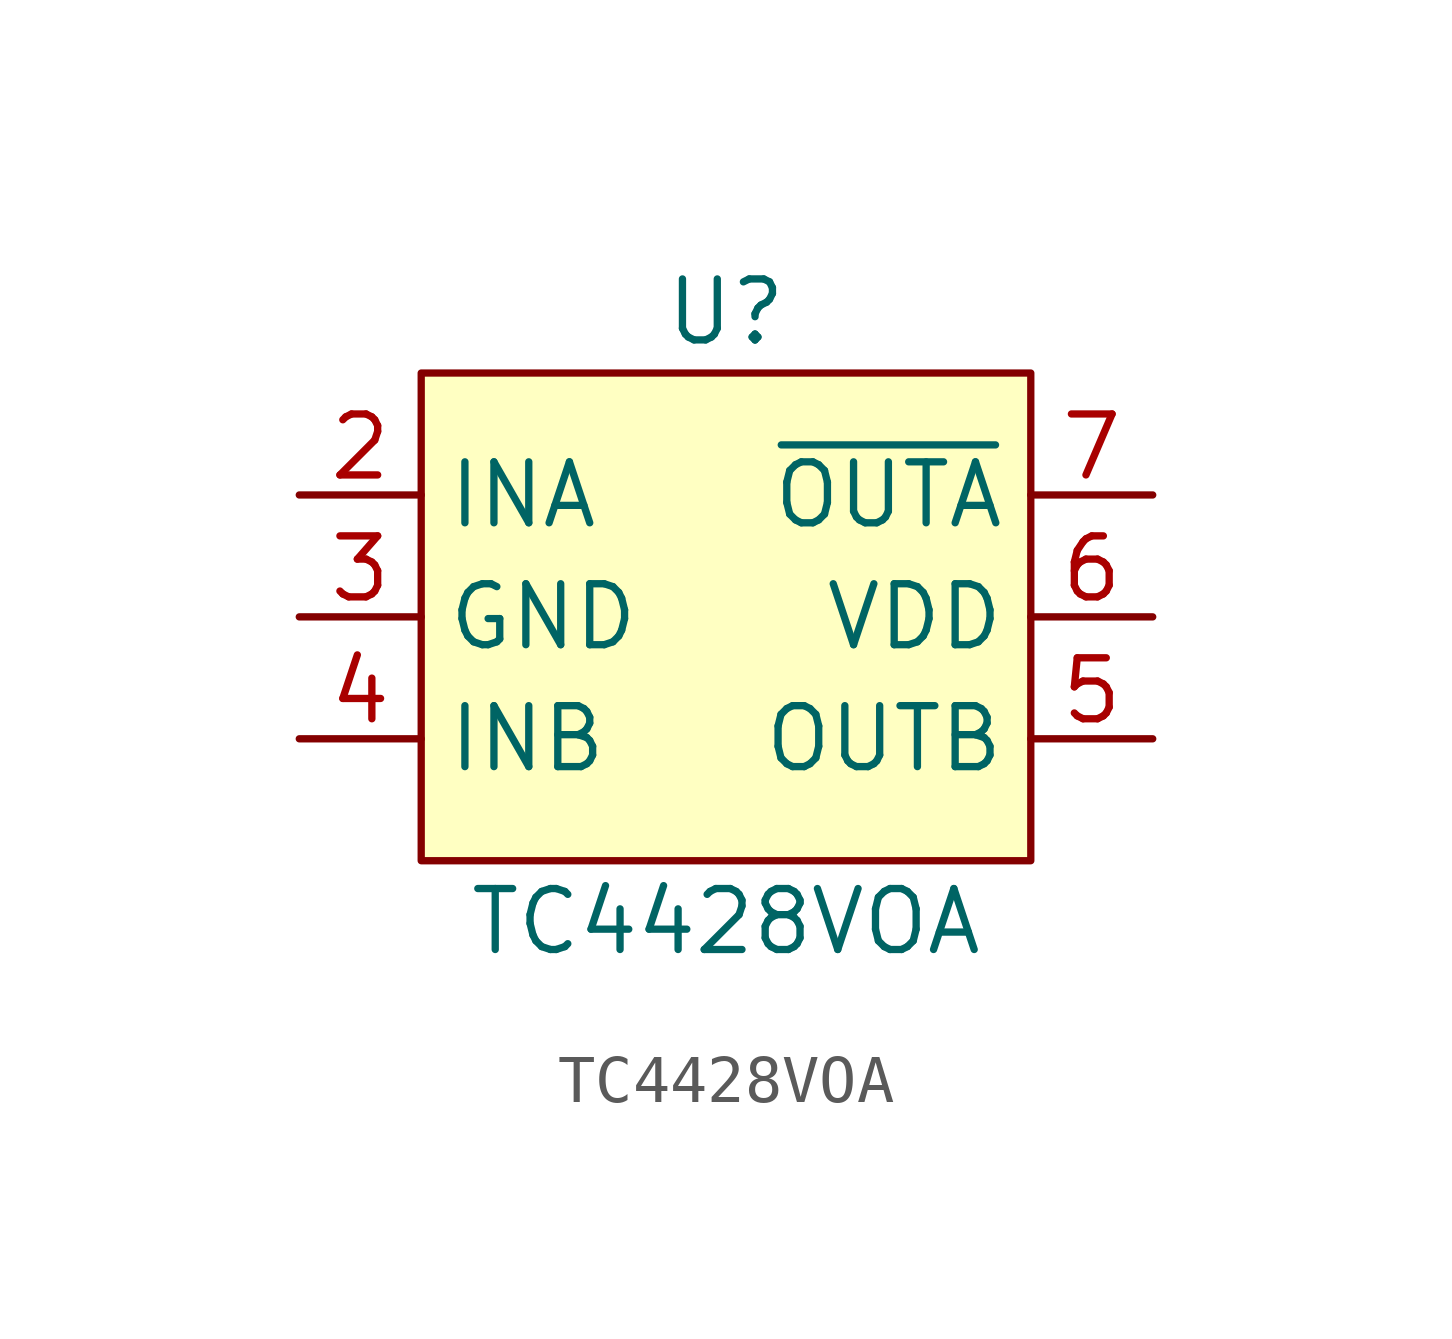
<source format=kicad_sym>
(kicad_symbol_lib
  (version 20211014)
  (generator kicad_symbol_editor)
  (symbol "TC4428VOA"
    (property "Reference" "U"
      (at 0 6.35 0)
      (effects (font (size 1.27 1.27))))
    (property "Value" "TC4428VOA"
      (at 0 -6.35 0)
      (effects (font (size 1.27 1.27))))
    (symbol "TC4428VOA_0_1"
      (rectangle (start -6.35 5.08) (end 6.35 -5.08) (stroke (width 0.152) (type default) (color 0 0 0 0)) (fill (type background))))
    (symbol "TC4428VOA_1_1"
      (pin input line (at -7.62 6.35 0) (length 2.54) hide (name "NC" (effects (font (size 1.27 1.27)))) (number "1" (effects (font (size 1.27 1.27)))))
      (pin input line (at -8.89 2.54 0) (length 2.54) (name "INA" (effects (font (size 1.27 1.27)))) (number "2" (effects (font (size 1.27 1.27)))))
      (pin power_in line (at -8.89 0 0) (length 2.54) (name "GND" (effects (font (size 1.27 1.27)))) (number "3" (effects (font (size 1.27 1.27)))))
      (pin input line (at -8.89 -2.54 0) (length 2.54) (name "INB" (effects (font (size 1.27 1.27)))) (number "4" (effects (font (size 1.27 1.27)))))
      (pin output line (at 8.89 -2.54 180) (length 2.54) (name "OUTB" (effects (font (size 1.27 1.27)))) (number "5" (effects (font (size 1.27 1.27)))))
      (pin power_in line (at 8.89 0 180) (length 2.54) (name "VDD" (effects (font (size 1.27 1.27)))) (number "6" (effects (font (size 1.27 1.27)))))
      (pin output line (at 8.89 2.54 180) (length 2.54) (name "~{OUTA}" (effects (font (size 1.27 1.27)))) (number "7" (effects (font (size 1.27 1.27)))))
      (pin output line (at 7.62 6.35 180) (length 2.54) hide (name "NC" (effects (font (size 1.27 1.27)))) (number "8" (effects (font (size 1.27 1.27))))))))
</source>
